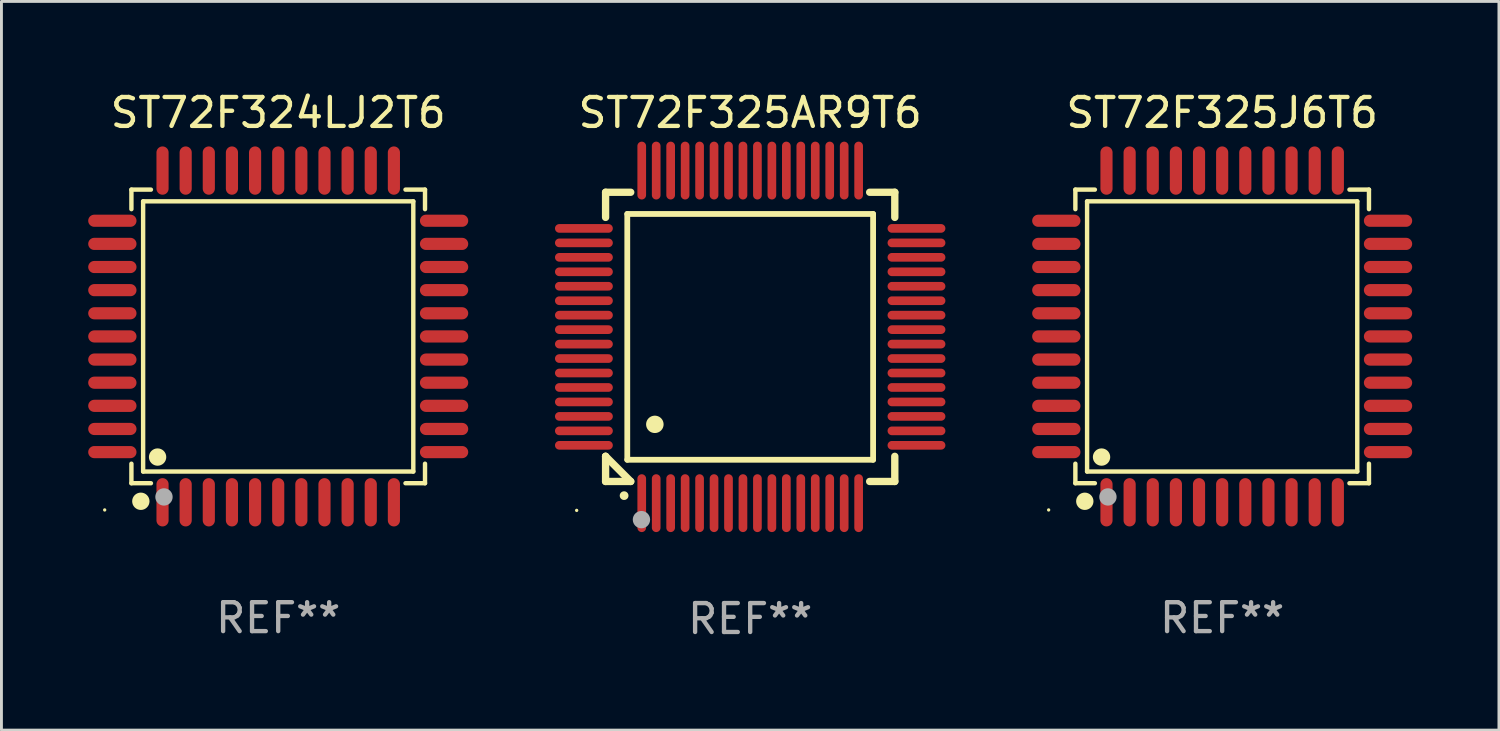
<source format=kicad_pcb>
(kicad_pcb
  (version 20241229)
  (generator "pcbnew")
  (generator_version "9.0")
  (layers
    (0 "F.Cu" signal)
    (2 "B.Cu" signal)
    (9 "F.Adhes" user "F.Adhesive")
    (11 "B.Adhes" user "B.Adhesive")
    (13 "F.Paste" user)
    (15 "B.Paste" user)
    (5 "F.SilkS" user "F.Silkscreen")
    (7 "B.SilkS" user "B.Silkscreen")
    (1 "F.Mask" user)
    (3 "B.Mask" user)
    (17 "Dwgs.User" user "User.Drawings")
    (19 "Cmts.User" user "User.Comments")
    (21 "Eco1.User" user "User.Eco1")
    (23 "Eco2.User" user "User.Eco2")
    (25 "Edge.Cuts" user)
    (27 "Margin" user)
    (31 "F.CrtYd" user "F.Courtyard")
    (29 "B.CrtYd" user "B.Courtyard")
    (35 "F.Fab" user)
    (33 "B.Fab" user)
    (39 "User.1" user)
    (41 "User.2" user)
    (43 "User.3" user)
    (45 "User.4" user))
  (footprint "ST72F325AR9T6"
    (layer "F.Cu")
    (at 22.89 8.598)
    (property "Reference" "ST72F325AR9T6" (at 0 -7.75 0) (layer "F.SilkS") (effects (font (size 1 1) (thickness 0.15))))
    (attr through_hole)
    (fp_line (start -5 -5) (end -4.131 -5) (stroke (width 0.254) (type solid)) (layer "F.SilkS"))
    (fp_line (start -5 -4.131) (end -5 -5) (stroke (width 0.254) (type solid)) (layer "F.SilkS"))
    (fp_line (start -5 4.131) (end -5 4.131) (stroke (width 0.254) (type solid)) (layer "F.SilkS"))
    (fp_line (start -5 5) (end -5 4.131) (stroke (width 0.254) (type solid)) (layer "F.SilkS"))
    (fp_line (start -5 4.131) (end -4.131 5) (stroke (width 0.254) (type solid)) (layer "F.SilkS"))
    (fp_line (start -4.25 -4.25) (end -4.25 4.25) (stroke (width 0.2) (type solid)) (layer "F.SilkS"))
    (fp_line (start -4.25 4.25) (end 4.25 4.25) (stroke (width 0.2) (type solid)) (layer "F.SilkS"))
    (fp_line (start -4.131 5) (end -5 5) (stroke (width 0.254) (type solid)) (layer "F.SilkS"))
    (fp_line (start 4.25 -4.25) (end -4.25 -4.25) (stroke (width 0.2) (type solid)) (layer "F.SilkS"))
    (fp_line (start 4.25 4.25) (end 4.25 -4.25) (stroke (width 0.2) (type solid)) (layer "F.SilkS"))
    (fp_line (start 5 -5) (end 4.131 -5) (stroke (width 0.254) (type solid)) (layer "F.SilkS"))
    (fp_line (start 5 -5) (end 5 -4.131) (stroke (width 0.254) (type solid)) (layer "F.SilkS"))
    (fp_line (start 5 4.131) (end 5 5) (stroke (width 0.254) (type solid)) (layer "F.SilkS"))
    (fp_line (start 5 5) (end 4.131 5) (stroke (width 0.254) (type solid)) (layer "F.SilkS"))
    (fp_arc (start -4.361265 5.489992) (mid -4.359995 5.489987) (end -4.358725 5.489992) (stroke (width 0.3) (type solid)) (layer "F.SilkS"))
    (fp_arc (start -3.299467 3.025146) (mid -3.296927 3.025135) (end -3.294387 3.025146) (stroke (width 0.6) (type solid)) (layer "F.SilkS"))
    (fp_circle (center -6 6) (end -5.97 6) (stroke (width 0.06) (type solid)) (fill no) (layer "F.SilkS"))
    (fp_circle (center -3.76 6.32) (end -3.61 6.32) (stroke (width 0.3) (type solid)) (fill no) (layer "F.Fab"))
    (fp_text user "REF**" (at 0 9.75 0) (layer "F.Fab") (effects (font (size 1 1) (thickness 0.15))))
    (pad "1" smd oval (at -3.75 5.75) (size 0.3 2) (layers "F.Cu" "F.Mask" "F.Paste"))
    (pad "2" smd oval (at -3.25 5.75) (size 0.3 2) (layers "F.Cu" "F.Mask" "F.Paste"))
    (pad "3" smd oval (at -2.75 5.75) (size 0.3 2) (layers "F.Cu" "F.Mask" "F.Paste"))
    (pad "4" smd oval (at -2.25 5.75) (size 0.3 2) (layers "F.Cu" "F.Mask" "F.Paste"))
    (pad "5" smd oval (at -1.75 5.75) (size 0.3 2) (layers "F.Cu" "F.Mask" "F.Paste"))
    (pad "6" smd oval (at -1.25 5.75) (size 0.3 2) (layers "F.Cu" "F.Mask" "F.Paste"))
    (pad "7" smd oval (at -0.75 5.75) (size 0.3 2) (layers "F.Cu" "F.Mask" "F.Paste"))
    (pad "8" smd oval (at -0.25 5.75) (size 0.3 2) (layers "F.Cu" "F.Mask" "F.Paste"))
    (pad "9" smd oval (at 0.25 5.75) (size 0.3 2) (layers "F.Cu" "F.Mask" "F.Paste"))
    (pad "10" smd oval (at 0.75 5.75) (size 0.3 2) (layers "F.Cu" "F.Mask" "F.Paste"))
    (pad "11" smd oval (at 1.25 5.75) (size 0.3 2) (layers "F.Cu" "F.Mask" "F.Paste"))
    (pad "12" smd oval (at 1.75 5.75) (size 0.3 2) (layers "F.Cu" "F.Mask" "F.Paste"))
    (pad "13" smd oval (at 2.25 5.75) (size 0.3 2) (layers "F.Cu" "F.Mask" "F.Paste"))
    (pad "14" smd oval (at 2.75 5.75) (size 0.3 2) (layers "F.Cu" "F.Mask" "F.Paste"))
    (pad "15" smd oval (at 3.25 5.75) (size 0.3 2) (layers "F.Cu" "F.Mask" "F.Paste"))
    (pad "16" smd oval (at 3.75 5.75) (size 0.3 2) (layers "F.Cu" "F.Mask" "F.Paste"))
    (pad "17" smd oval (at 5.75 3.75) (size 2 0.3) (layers "F.Cu" "F.Mask" "F.Paste"))
    (pad "18" smd oval (at 5.75 3.25) (size 2 0.3) (layers "F.Cu" "F.Mask" "F.Paste"))
    (pad "19" smd oval (at 5.75 2.75) (size 2 0.3) (layers "F.Cu" "F.Mask" "F.Paste"))
    (pad "20" smd oval (at 5.75 2.25) (size 2 0.3) (layers "F.Cu" "F.Mask" "F.Paste"))
    (pad "21" smd oval (at 5.75 1.75) (size 2 0.3) (layers "F.Cu" "F.Mask" "F.Paste"))
    (pad "22" smd oval (at 5.75 1.25) (size 2 0.3) (layers "F.Cu" "F.Mask" "F.Paste"))
    (pad "23" smd oval (at 5.75 0.75) (size 2 0.3) (layers "F.Cu" "F.Mask" "F.Paste"))
    (pad "24" smd oval (at 5.75 0.25) (size 2 0.3) (layers "F.Cu" "F.Mask" "F.Paste"))
    (pad "25" smd oval (at 5.75 -0.25) (size 2 0.3) (layers "F.Cu" "F.Mask" "F.Paste"))
    (pad "26" smd oval (at 5.75 -0.75) (size 2 0.3) (layers "F.Cu" "F.Mask" "F.Paste"))
    (pad "27" smd oval (at 5.75 -1.25) (size 2 0.3) (layers "F.Cu" "F.Mask" "F.Paste"))
    (pad "28" smd oval (at 5.75 -1.75) (size 2 0.3) (layers "F.Cu" "F.Mask" "F.Paste"))
    (pad "29" smd oval (at 5.75 -2.25) (size 2 0.3) (layers "F.Cu" "F.Mask" "F.Paste"))
    (pad "30" smd oval (at 5.75 -2.75) (size 2 0.3) (layers "F.Cu" "F.Mask" "F.Paste"))
    (pad "31" smd oval (at 5.75 -3.25) (size 2 0.3) (layers "F.Cu" "F.Mask" "F.Paste"))
    (pad "32" smd oval (at 5.75 -3.75) (size 2 0.3) (layers "F.Cu" "F.Mask" "F.Paste"))
    (pad "33" smd oval (at 3.75 -5.75) (size 0.3 2) (layers "F.Cu" "F.Mask" "F.Paste"))
    (pad "34" smd oval (at 3.25 -5.75) (size 0.3 2) (layers "F.Cu" "F.Mask" "F.Paste"))
    (pad "35" smd oval (at 2.75 -5.75) (size 0.3 2) (layers "F.Cu" "F.Mask" "F.Paste"))
    (pad "36" smd oval (at 2.25 -5.75) (size 0.3 2) (layers "F.Cu" "F.Mask" "F.Paste"))
    (pad "37" smd oval (at 1.75 -5.75) (size 0.3 2) (layers "F.Cu" "F.Mask" "F.Paste"))
    (pad "38" smd oval (at 1.25 -5.75) (size 0.3 2) (layers "F.Cu" "F.Mask" "F.Paste"))
    (pad "39" smd oval (at 0.75 -5.75) (size 0.3 2) (layers "F.Cu" "F.Mask" "F.Paste"))
    (pad "40" smd oval (at 0.25 -5.75) (size 0.3 2) (layers "F.Cu" "F.Mask" "F.Paste"))
    (pad "41" smd oval (at -0.25 -5.75) (size 0.3 2) (layers "F.Cu" "F.Mask" "F.Paste"))
    (pad "42" smd oval (at -0.75 -5.75) (size 0.3 2) (layers "F.Cu" "F.Mask" "F.Paste"))
    (pad "43" smd oval (at -1.25 -5.75) (size 0.3 2) (layers "F.Cu" "F.Mask" "F.Paste"))
    (pad "44" smd oval (at -1.75 -5.75) (size 0.3 2) (layers "F.Cu" "F.Mask" "F.Paste"))
    (pad "45" smd oval (at -2.25 -5.75) (size 0.3 2) (layers "F.Cu" "F.Mask" "F.Paste"))
    (pad "46" smd oval (at -2.75 -5.75) (size 0.3 2) (layers "F.Cu" "F.Mask" "F.Paste"))
    (pad "47" smd oval (at -3.25 -5.75) (size 0.3 2) (layers "F.Cu" "F.Mask" "F.Paste"))
    (pad "48" smd oval (at -3.75 -5.75) (size 0.3 2) (layers "F.Cu" "F.Mask" "F.Paste"))
    (pad "49" smd oval (at -5.75 -3.75) (size 2 0.3) (layers "F.Cu" "F.Mask" "F.Paste"))
    (pad "50" smd oval (at -5.75 -3.25) (size 2 0.3) (layers "F.Cu" "F.Mask" "F.Paste"))
    (pad "51" smd oval (at -5.75 -2.75) (size 2 0.3) (layers "F.Cu" "F.Mask" "F.Paste"))
    (pad "52" smd oval (at -5.75 -2.25) (size 2 0.3) (layers "F.Cu" "F.Mask" "F.Paste"))
    (pad "53" smd oval (at -5.75 -1.75) (size 2 0.3) (layers "F.Cu" "F.Mask" "F.Paste"))
    (pad "54" smd oval (at -5.75 -1.25) (size 2 0.3) (layers "F.Cu" "F.Mask" "F.Paste"))
    (pad "55" smd oval (at -5.75 -0.75) (size 2 0.3) (layers "F.Cu" "F.Mask" "F.Paste"))
    (pad "56" smd oval (at -5.75 -0.25) (size 2 0.3) (layers "F.Cu" "F.Mask" "F.Paste"))
    (pad "57" smd oval (at -5.75 0.25) (size 2 0.3) (layers "F.Cu" "F.Mask" "F.Paste"))
    (pad "58" smd oval (at -5.75 0.75) (size 2 0.3) (layers "F.Cu" "F.Mask" "F.Paste"))
    (pad "59" smd oval (at -5.75 1.25) (size 2 0.3) (layers "F.Cu" "F.Mask" "F.Paste"))
    (pad "60" smd oval (at -5.75 1.75) (size 2 0.3) (layers "F.Cu" "F.Mask" "F.Paste"))
    (pad "61" smd oval (at -5.75 2.25) (size 2 0.3) (layers "F.Cu" "F.Mask" "F.Paste"))
    (pad "62" smd oval (at -5.75 2.75) (size 2 0.3) (layers "F.Cu" "F.Mask" "F.Paste"))
    (pad "63" smd oval (at -5.75 3.25) (size 2 0.3) (layers "F.Cu" "F.Mask" "F.Paste"))
    (pad "64" smd oval (at -5.75 3.75) (size 2 0.3) (layers "F.Cu" "F.Mask" "F.Paste")))
  (footprint "ST72F324LJ2T6"
    (layer "F.Cu")
    (at 6.57 8.583)
    (property "Reference" "ST72F324LJ2T6" (at 0 -7.735 0) (layer "F.SilkS") (effects (font (size 1 1) (thickness 0.15))))
    (attr through_hole)
    (fp_line (start -5.076 -5.076) (end -4.401 -5.076) (stroke (width 0.152) (type solid)) (layer "F.SilkS"))
    (fp_line (start -5.076 -4.401) (end -5.076 -5.076) (stroke (width 0.152) (type solid)) (layer "F.SilkS"))
    (fp_line (start -5.076 4.401) (end -5.076 5.076) (stroke (width 0.152) (type solid)) (layer "F.SilkS"))
    (fp_line (start -5.076 5.076) (end -4.401 5.076) (stroke (width 0.152) (type solid)) (layer "F.SilkS"))
    (fp_line (start -4.671 -4.671) (end 4.671 -4.671) (stroke (width 0.152) (type solid)) (layer "F.SilkS"))
    (fp_line (start -4.671 4.671) (end -4.671 -4.671) (stroke (width 0.152) (type solid)) (layer "F.SilkS"))
    (fp_line (start 4.671 -4.671) (end 4.671 4.671) (stroke (width 0.152) (type solid)) (layer "F.SilkS"))
    (fp_line (start 4.671 4.671) (end -4.671 4.671) (stroke (width 0.152) (type solid)) (layer "F.SilkS"))
    (fp_line (start 5.076 -5.076) (end 4.401 -5.076) (stroke (width 0.152) (type solid)) (layer "F.SilkS"))
    (fp_line (start 5.076 -4.401) (end 5.076 -5.076) (stroke (width 0.152) (type solid)) (layer "F.SilkS"))
    (fp_line (start 5.076 4.401) (end 5.076 5.076) (stroke (width 0.152) (type solid)) (layer "F.SilkS"))
    (fp_line (start 5.076 5.076) (end 4.401 5.076) (stroke (width 0.152) (type solid)) (layer "F.SilkS"))
    (fp_circle (center -6 6) (end -5.97 6) (stroke (width 0.06) (type solid)) (fill no) (layer "F.SilkS"))
    (fp_circle (center -4.75 5.7) (end -4.6 5.7) (stroke (width 0.3) (type solid)) (fill no) (layer "F.SilkS"))
    (fp_circle (center -4.171 4.171) (end -4.021 4.171) (stroke (width 0.3) (type solid)) (fill no) (layer "F.SilkS"))
    (fp_circle (center -3.95 5.55) (end -3.8 5.55) (stroke (width 0.3) (type solid)) (fill no) (layer "F.Fab"))
    (fp_text user "REF**" (at 0 9.735 0) (layer "F.Fab") (effects (font (size 1 1) (thickness 0.15))))
    (pad "1" smd oval (at -4 5.735) (size 0.42 1.67) (layers "F.Cu" "F.Mask" "F.Paste"))
    (pad "2" smd oval (at -3.2 5.735) (size 0.42 1.67) (layers "F.Cu" "F.Mask" "F.Paste"))
    (pad "3" smd oval (at -2.4 5.735) (size 0.42 1.67) (layers "F.Cu" "F.Mask" "F.Paste"))
    (pad "4" smd oval (at -1.6 5.735) (size 0.42 1.67) (layers "F.Cu" "F.Mask" "F.Paste"))
    (pad "5" smd oval (at -0.8 5.735) (size 0.42 1.67) (layers "F.Cu" "F.Mask" "F.Paste"))
    (pad "6" smd oval (at 0 5.735) (size 0.42 1.67) (layers "F.Cu" "F.Mask" "F.Paste"))
    (pad "7" smd oval (at 0.8 5.735) (size 0.42 1.67) (layers "F.Cu" "F.Mask" "F.Paste"))
    (pad "8" smd oval (at 1.6 5.735) (size 0.42 1.67) (layers "F.Cu" "F.Mask" "F.Paste"))
    (pad "9" smd oval (at 2.4 5.735) (size 0.42 1.67) (layers "F.Cu" "F.Mask" "F.Paste"))
    (pad "10" smd oval (at 3.2 5.735) (size 0.42 1.67) (layers "F.Cu" "F.Mask" "F.Paste"))
    (pad "11" smd oval (at 4 5.735) (size 0.42 1.67) (layers "F.Cu" "F.Mask" "F.Paste"))
    (pad "12" smd oval (at 5.735 4) (size 1.67 0.42) (layers "F.Cu" "F.Mask" "F.Paste"))
    (pad "13" smd oval (at 5.735 3.2) (size 1.67 0.42) (layers "F.Cu" "F.Mask" "F.Paste"))
    (pad "14" smd oval (at 5.735 2.4) (size 1.67 0.42) (layers "F.Cu" "F.Mask" "F.Paste"))
    (pad "15" smd oval (at 5.735 1.6) (size 1.67 0.42) (layers "F.Cu" "F.Mask" "F.Paste"))
    (pad "16" smd oval (at 5.735 0.8) (size 1.67 0.42) (layers "F.Cu" "F.Mask" "F.Paste"))
    (pad "17" smd oval (at 5.735 0) (size 1.67 0.42) (layers "F.Cu" "F.Mask" "F.Paste"))
    (pad "18" smd oval (at 5.735 -0.8) (size 1.67 0.42) (layers "F.Cu" "F.Mask" "F.Paste"))
    (pad "19" smd oval (at 5.735 -1.6) (size 1.67 0.42) (layers "F.Cu" "F.Mask" "F.Paste"))
    (pad "20" smd oval (at 5.735 -2.4) (size 1.67 0.42) (layers "F.Cu" "F.Mask" "F.Paste"))
    (pad "21" smd oval (at 5.735 -3.2) (size 1.67 0.42) (layers "F.Cu" "F.Mask" "F.Paste"))
    (pad "22" smd oval (at 5.735 -4) (size 1.67 0.42) (layers "F.Cu" "F.Mask" "F.Paste"))
    (pad "23" smd oval (at 4 -5.735) (size 0.42 1.67) (layers "F.Cu" "F.Mask" "F.Paste"))
    (pad "24" smd oval (at 3.2 -5.735) (size 0.42 1.67) (layers "F.Cu" "F.Mask" "F.Paste"))
    (pad "25" smd oval (at 2.4 -5.735) (size 0.42 1.67) (layers "F.Cu" "F.Mask" "F.Paste"))
    (pad "26" smd oval (at 1.6 -5.735) (size 0.42 1.67) (layers "F.Cu" "F.Mask" "F.Paste"))
    (pad "27" smd oval (at 0.8 -5.735) (size 0.42 1.67) (layers "F.Cu" "F.Mask" "F.Paste"))
    (pad "28" smd oval (at 0 -5.735) (size 0.42 1.67) (layers "F.Cu" "F.Mask" "F.Paste"))
    (pad "29" smd oval (at -0.8 -5.735) (size 0.42 1.67) (layers "F.Cu" "F.Mask" "F.Paste"))
    (pad "30" smd oval (at -1.6 -5.735) (size 0.42 1.67) (layers "F.Cu" "F.Mask" "F.Paste"))
    (pad "31" smd oval (at -2.4 -5.735) (size 0.42 1.67) (layers "F.Cu" "F.Mask" "F.Paste"))
    (pad "32" smd oval (at -3.2 -5.735) (size 0.42 1.67) (layers "F.Cu" "F.Mask" "F.Paste"))
    (pad "33" smd oval (at -4 -5.735) (size 0.42 1.67) (layers "F.Cu" "F.Mask" "F.Paste"))
    (pad "34" smd oval (at -5.735 -4) (size 1.67 0.42) (layers "F.Cu" "F.Mask" "F.Paste"))
    (pad "35" smd oval (at -5.735 -3.2) (size 1.67 0.42) (layers "F.Cu" "F.Mask" "F.Paste"))
    (pad "36" smd oval (at -5.735 -2.4) (size 1.67 0.42) (layers "F.Cu" "F.Mask" "F.Paste"))
    (pad "37" smd oval (at -5.735 -1.6) (size 1.67 0.42) (layers "F.Cu" "F.Mask" "F.Paste"))
    (pad "38" smd oval (at -5.735 -0.8) (size 1.67 0.42) (layers "F.Cu" "F.Mask" "F.Paste"))
    (pad "39" smd oval (at -5.735 0) (size 1.67 0.42) (layers "F.Cu" "F.Mask" "F.Paste"))
    (pad "40" smd oval (at -5.735 0.8) (size 1.67 0.42) (layers "F.Cu" "F.Mask" "F.Paste"))
    (pad "41" smd oval (at -5.735 1.6) (size 1.67 0.42) (layers "F.Cu" "F.Mask" "F.Paste"))
    (pad "42" smd oval (at -5.735 2.4) (size 1.67 0.42) (layers "F.Cu" "F.Mask" "F.Paste"))
    (pad "43" smd oval (at -5.735 3.2) (size 1.67 0.42) (layers "F.Cu" "F.Mask" "F.Paste"))
    (pad "44" smd oval (at -5.735 4) (size 1.67 0.42) (layers "F.Cu" "F.Mask" "F.Paste")))
  (footprint "ST72F325J6T6"
    (layer "F.Cu")
    (at 39.21 8.583)
    (property "Reference" "ST72F325J6T6" (at 0 -7.735 0) (layer "F.SilkS") (effects (font (size 1 1) (thickness 0.15))))
    (attr through_hole)
    (fp_line (start -5.076 -5.076) (end -4.401 -5.076) (stroke (width 0.152) (type solid)) (layer "F.SilkS"))
    (fp_line (start -5.076 -4.401) (end -5.076 -5.076) (stroke (width 0.152) (type solid)) (layer "F.SilkS"))
    (fp_line (start -5.076 4.401) (end -5.076 5.076) (stroke (width 0.152) (type solid)) (layer "F.SilkS"))
    (fp_line (start -5.076 5.076) (end -4.401 5.076) (stroke (width 0.152) (type solid)) (layer "F.SilkS"))
    (fp_line (start -4.671 -4.671) (end 4.671 -4.671) (stroke (width 0.152) (type solid)) (layer "F.SilkS"))
    (fp_line (start -4.671 4.671) (end -4.671 -4.671) (stroke (width 0.152) (type solid)) (layer "F.SilkS"))
    (fp_line (start 4.671 -4.671) (end 4.671 4.671) (stroke (width 0.152) (type solid)) (layer "F.SilkS"))
    (fp_line (start 4.671 4.671) (end -4.671 4.671) (stroke (width 0.152) (type solid)) (layer "F.SilkS"))
    (fp_line (start 5.076 -5.076) (end 4.401 -5.076) (stroke (width 0.152) (type solid)) (layer "F.SilkS"))
    (fp_line (start 5.076 -4.401) (end 5.076 -5.076) (stroke (width 0.152) (type solid)) (layer "F.SilkS"))
    (fp_line (start 5.076 4.401) (end 5.076 5.076) (stroke (width 0.152) (type solid)) (layer "F.SilkS"))
    (fp_line (start 5.076 5.076) (end 4.401 5.076) (stroke (width 0.152) (type solid)) (layer "F.SilkS"))
    (fp_circle (center -6 6) (end -5.97 6) (stroke (width 0.06) (type solid)) (fill no) (layer "F.SilkS"))
    (fp_circle (center -4.75 5.7) (end -4.6 5.7) (stroke (width 0.3) (type solid)) (fill no) (layer "F.SilkS"))
    (fp_circle (center -4.171 4.171) (end -4.021 4.171) (stroke (width 0.3) (type solid)) (fill no) (layer "F.SilkS"))
    (fp_circle (center -3.95 5.55) (end -3.8 5.55) (stroke (width 0.3) (type solid)) (fill no) (layer "F.Fab"))
    (fp_text user "REF**" (at 0 9.735 0) (layer "F.Fab") (effects (font (size 1 1) (thickness 0.15))))
    (pad "1" smd oval (at -4 5.735) (size 0.42 1.67) (layers "F.Cu" "F.Mask" "F.Paste"))
    (pad "2" smd oval (at -3.2 5.735) (size 0.42 1.67) (layers "F.Cu" "F.Mask" "F.Paste"))
    (pad "3" smd oval (at -2.4 5.735) (size 0.42 1.67) (layers "F.Cu" "F.Mask" "F.Paste"))
    (pad "4" smd oval (at -1.6 5.735) (size 0.42 1.67) (layers "F.Cu" "F.Mask" "F.Paste"))
    (pad "5" smd oval (at -0.8 5.735) (size 0.42 1.67) (layers "F.Cu" "F.Mask" "F.Paste"))
    (pad "6" smd oval (at 0 5.735) (size 0.42 1.67) (layers "F.Cu" "F.Mask" "F.Paste"))
    (pad "7" smd oval (at 0.8 5.735) (size 0.42 1.67) (layers "F.Cu" "F.Mask" "F.Paste"))
    (pad "8" smd oval (at 1.6 5.735) (size 0.42 1.67) (layers "F.Cu" "F.Mask" "F.Paste"))
    (pad "9" smd oval (at 2.4 5.735) (size 0.42 1.67) (layers "F.Cu" "F.Mask" "F.Paste"))
    (pad "10" smd oval (at 3.2 5.735) (size 0.42 1.67) (layers "F.Cu" "F.Mask" "F.Paste"))
    (pad "11" smd oval (at 4 5.735) (size 0.42 1.67) (layers "F.Cu" "F.Mask" "F.Paste"))
    (pad "12" smd oval (at 5.735 4) (size 1.67 0.42) (layers "F.Cu" "F.Mask" "F.Paste"))
    (pad "13" smd oval (at 5.735 3.2) (size 1.67 0.42) (layers "F.Cu" "F.Mask" "F.Paste"))
    (pad "14" smd oval (at 5.735 2.4) (size 1.67 0.42) (layers "F.Cu" "F.Mask" "F.Paste"))
    (pad "15" smd oval (at 5.735 1.6) (size 1.67 0.42) (layers "F.Cu" "F.Mask" "F.Paste"))
    (pad "16" smd oval (at 5.735 0.8) (size 1.67 0.42) (layers "F.Cu" "F.Mask" "F.Paste"))
    (pad "17" smd oval (at 5.735 0) (size 1.67 0.42) (layers "F.Cu" "F.Mask" "F.Paste"))
    (pad "18" smd oval (at 5.735 -0.8) (size 1.67 0.42) (layers "F.Cu" "F.Mask" "F.Paste"))
    (pad "19" smd oval (at 5.735 -1.6) (size 1.67 0.42) (layers "F.Cu" "F.Mask" "F.Paste"))
    (pad "20" smd oval (at 5.735 -2.4) (size 1.67 0.42) (layers "F.Cu" "F.Mask" "F.Paste"))
    (pad "21" smd oval (at 5.735 -3.2) (size 1.67 0.42) (layers "F.Cu" "F.Mask" "F.Paste"))
    (pad "22" smd oval (at 5.735 -4) (size 1.67 0.42) (layers "F.Cu" "F.Mask" "F.Paste"))
    (pad "23" smd oval (at 4 -5.735) (size 0.42 1.67) (layers "F.Cu" "F.Mask" "F.Paste"))
    (pad "24" smd oval (at 3.2 -5.735) (size 0.42 1.67) (layers "F.Cu" "F.Mask" "F.Paste"))
    (pad "25" smd oval (at 2.4 -5.735) (size 0.42 1.67) (layers "F.Cu" "F.Mask" "F.Paste"))
    (pad "26" smd oval (at 1.6 -5.735) (size 0.42 1.67) (layers "F.Cu" "F.Mask" "F.Paste"))
    (pad "27" smd oval (at 0.8 -5.735) (size 0.42 1.67) (layers "F.Cu" "F.Mask" "F.Paste"))
    (pad "28" smd oval (at 0 -5.735) (size 0.42 1.67) (layers "F.Cu" "F.Mask" "F.Paste"))
    (pad "29" smd oval (at -0.8 -5.735) (size 0.42 1.67) (layers "F.Cu" "F.Mask" "F.Paste"))
    (pad "30" smd oval (at -1.6 -5.735) (size 0.42 1.67) (layers "F.Cu" "F.Mask" "F.Paste"))
    (pad "31" smd oval (at -2.4 -5.735) (size 0.42 1.67) (layers "F.Cu" "F.Mask" "F.Paste"))
    (pad "32" smd oval (at -3.2 -5.735) (size 0.42 1.67) (layers "F.Cu" "F.Mask" "F.Paste"))
    (pad "33" smd oval (at -4 -5.735) (size 0.42 1.67) (layers "F.Cu" "F.Mask" "F.Paste"))
    (pad "34" smd oval (at -5.735 -4) (size 1.67 0.42) (layers "F.Cu" "F.Mask" "F.Paste"))
    (pad "35" smd oval (at -5.735 -3.2) (size 1.67 0.42) (layers "F.Cu" "F.Mask" "F.Paste"))
    (pad "36" smd oval (at -5.735 -2.4) (size 1.67 0.42) (layers "F.Cu" "F.Mask" "F.Paste"))
    (pad "37" smd oval (at -5.735 -1.6) (size 1.67 0.42) (layers "F.Cu" "F.Mask" "F.Paste"))
    (pad "38" smd oval (at -5.735 -0.8) (size 1.67 0.42) (layers "F.Cu" "F.Mask" "F.Paste"))
    (pad "39" smd oval (at -5.735 0) (size 1.67 0.42) (layers "F.Cu" "F.Mask" "F.Paste"))
    (pad "40" smd oval (at -5.735 0.8) (size 1.67 0.42) (layers "F.Cu" "F.Mask" "F.Paste"))
    (pad "41" smd oval (at -5.735 1.6) (size 1.67 0.42) (layers "F.Cu" "F.Mask" "F.Paste"))
    (pad "42" smd oval (at -5.735 2.4) (size 1.67 0.42) (layers "F.Cu" "F.Mask" "F.Paste"))
    (pad "43" smd oval (at -5.735 3.2) (size 1.67 0.42) (layers "F.Cu" "F.Mask" "F.Paste"))
    (pad "44" smd oval (at -5.735 4) (size 1.67 0.42) (layers "F.Cu" "F.Mask" "F.Paste")))
  (gr_rect
    (start -3 -3)
    (end 48.78 22.196)
    (stroke (width 0.1) (type default))
    (fill no)
    (layer "Edge.Cuts")))
</source>
